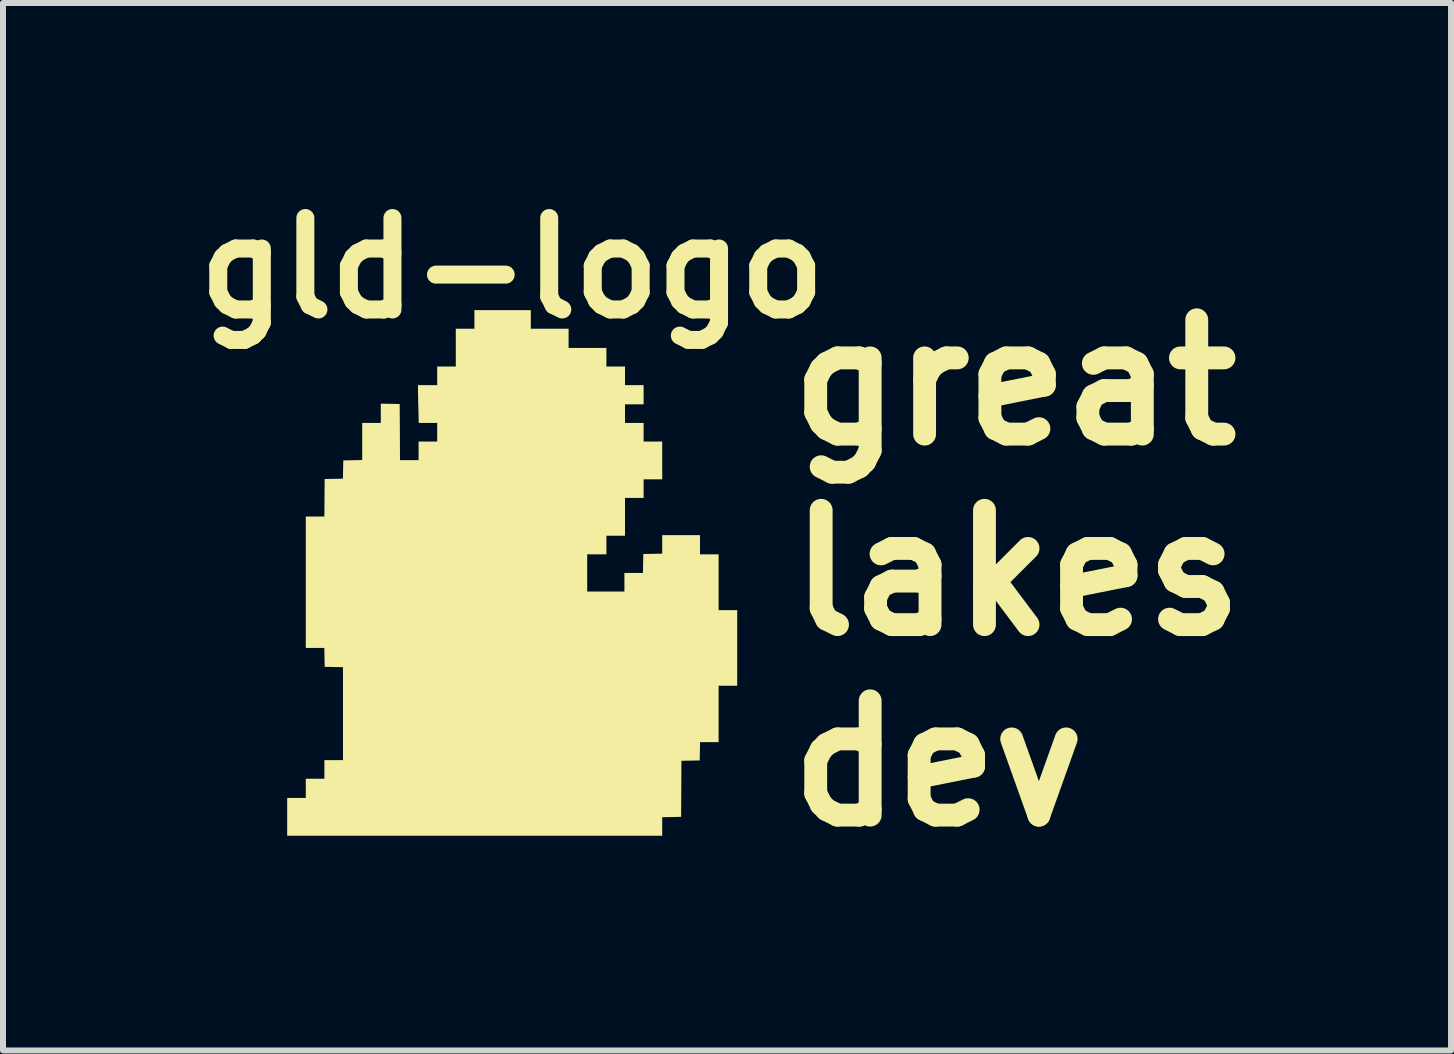
<source format=kicad_pcb>
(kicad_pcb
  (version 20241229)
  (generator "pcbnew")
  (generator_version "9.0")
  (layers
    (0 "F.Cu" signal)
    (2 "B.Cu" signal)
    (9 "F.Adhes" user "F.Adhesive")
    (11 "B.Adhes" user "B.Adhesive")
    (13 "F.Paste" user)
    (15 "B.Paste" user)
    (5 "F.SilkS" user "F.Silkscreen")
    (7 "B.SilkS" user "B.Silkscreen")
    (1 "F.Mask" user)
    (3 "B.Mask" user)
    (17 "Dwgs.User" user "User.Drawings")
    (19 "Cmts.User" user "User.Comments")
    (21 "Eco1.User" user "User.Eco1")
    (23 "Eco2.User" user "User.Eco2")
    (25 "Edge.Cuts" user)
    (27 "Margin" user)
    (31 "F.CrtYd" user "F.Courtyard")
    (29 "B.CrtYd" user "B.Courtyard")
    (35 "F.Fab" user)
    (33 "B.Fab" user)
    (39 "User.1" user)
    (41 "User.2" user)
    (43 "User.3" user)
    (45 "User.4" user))
  (footprint "gld-logo"
    (layer "F.Cu")
    (at 5.486 6.498)
    (property "Reference" "gld-logo" (at 0 -5.08 0) (layer "F.SilkS") (effects (font (size 1.524 1.524) (thickness 0.3))))
    (attr board_only exclude_from_pos_files exclude_from_bom)
    (fp_poly (pts (xy 0.31 -4.07) (xy 0.94 -4.07) (xy 0.94 -3.75) (xy 1.57 -3.75) (xy 1.57 -3.44) (xy 1.88 -3.44) (xy 1.88 -3.13) (xy 2.19 -3.13) (xy 2.19 -2.81) (xy 1.88 -2.81) (xy 1.88 -2.5) (xy 2.19 -2.5) (xy 2.19 -2.19) (xy 2.5 -2.19) (xy 2.5 -1.56) (xy 2.19 -1.56) (xy 2.19 -1.25) (xy 1.88 -1.25) (xy 1.88 -0.62) (xy 1.57 -0.62) (xy 1.57 -0.31) (xy 1.25 -0.31) (xy 1.25 0.31) (xy 1.87 0.31) (xy 1.87 0) (xy 2.179 0) (xy 2.185 -0.315) (xy 2.342 -0.318) (xy 2.5 -0.321) (xy 2.5 -0.475) (xy 2.5 -0.63) (xy 3.13 -0.63) (xy 3.13 -0.31) (xy 3.44 -0.31) (xy 3.44 0.62) (xy 3.75 0.62) (xy 3.75 1.88) (xy 3.44 1.88) (xy 3.44 2.82) (xy 3.131 2.82) (xy 3.125 3.125) (xy 2.973 3.128) (xy 2.82 3.131) (xy 2.818 3.598) (xy 2.815 4.065) (xy 2.658 4.068) (xy 2.5 4.071) (xy 2.5 4.38) (xy -3.75 4.38) (xy -3.75 3.75) (xy -3.44 3.75) (xy -3.44 3.43) (xy -3.13 3.43) (xy -3.13 3.12) (xy -2.82 3.12) (xy -2.82 1.571) (xy -3.125 1.565) (xy -3.131 1.25) (xy -3.44 1.25) (xy -3.44 -0.94) (xy -3.13 -0.94) (xy -3.128 -1.252) (xy -3.125 -1.565) (xy -2.973 -1.568) (xy -2.821 -1.571) (xy -2.818 -1.723) (xy -2.815 -1.875) (xy -2.5 -1.881) (xy -2.5 -2.5) (xy -2.19 -2.5) (xy -2.19 -2.821) (xy -1.875 -2.815) (xy -1.872 -2.348) (xy -1.87 -1.88) (xy -1.715 -1.88) (xy -1.56 -1.88) (xy -1.56 -2.19) (xy -1.25 -2.19) (xy -1.25 -2.5) (xy -1.403 -2.5) (xy -1.557 -2.5) (xy -1.563 -2.733) (xy -1.565 -2.805) (xy -1.567 -2.875) (xy -1.568 -2.94) (xy -1.569 -2.995) (xy -1.57 -3.037) (xy -1.57 -3.047) (xy -1.57 -3.13) (xy -1.25 -3.13) (xy -1.25 -3.44) (xy -0.94 -3.44) (xy -0.94 -4.07) (xy -0.63 -4.07) (xy -0.63 -4.38) (xy 0.31 -4.38)) (stroke (width 0) (type solid)) (fill yes) (layer "F.SilkS"))
    (fp_text user "lakes" (at 4.445 0 0) (unlocked yes) (layer "F.SilkS") (effects (font (size 1.905 1.905) (thickness 0.381)) (justify left)))
    (fp_text user "dev" (at 4.445 3.175 0) (unlocked yes) (layer "F.SilkS") (effects (font (size 1.905 1.905) (thickness 0.381)) (justify left)))
    (fp_text user "great" (at 4.445 -3.175 0) (unlocked yes) (layer "F.SilkS") (effects (font (size 1.905 1.905) (thickness 0.381)) (justify left))))
  (gr_rect
    (start -3 -3)
    (end 21.132 14.456)
    (stroke (width 0.1) (type default))
    (fill no)
    (layer "Edge.Cuts")))
</source>
